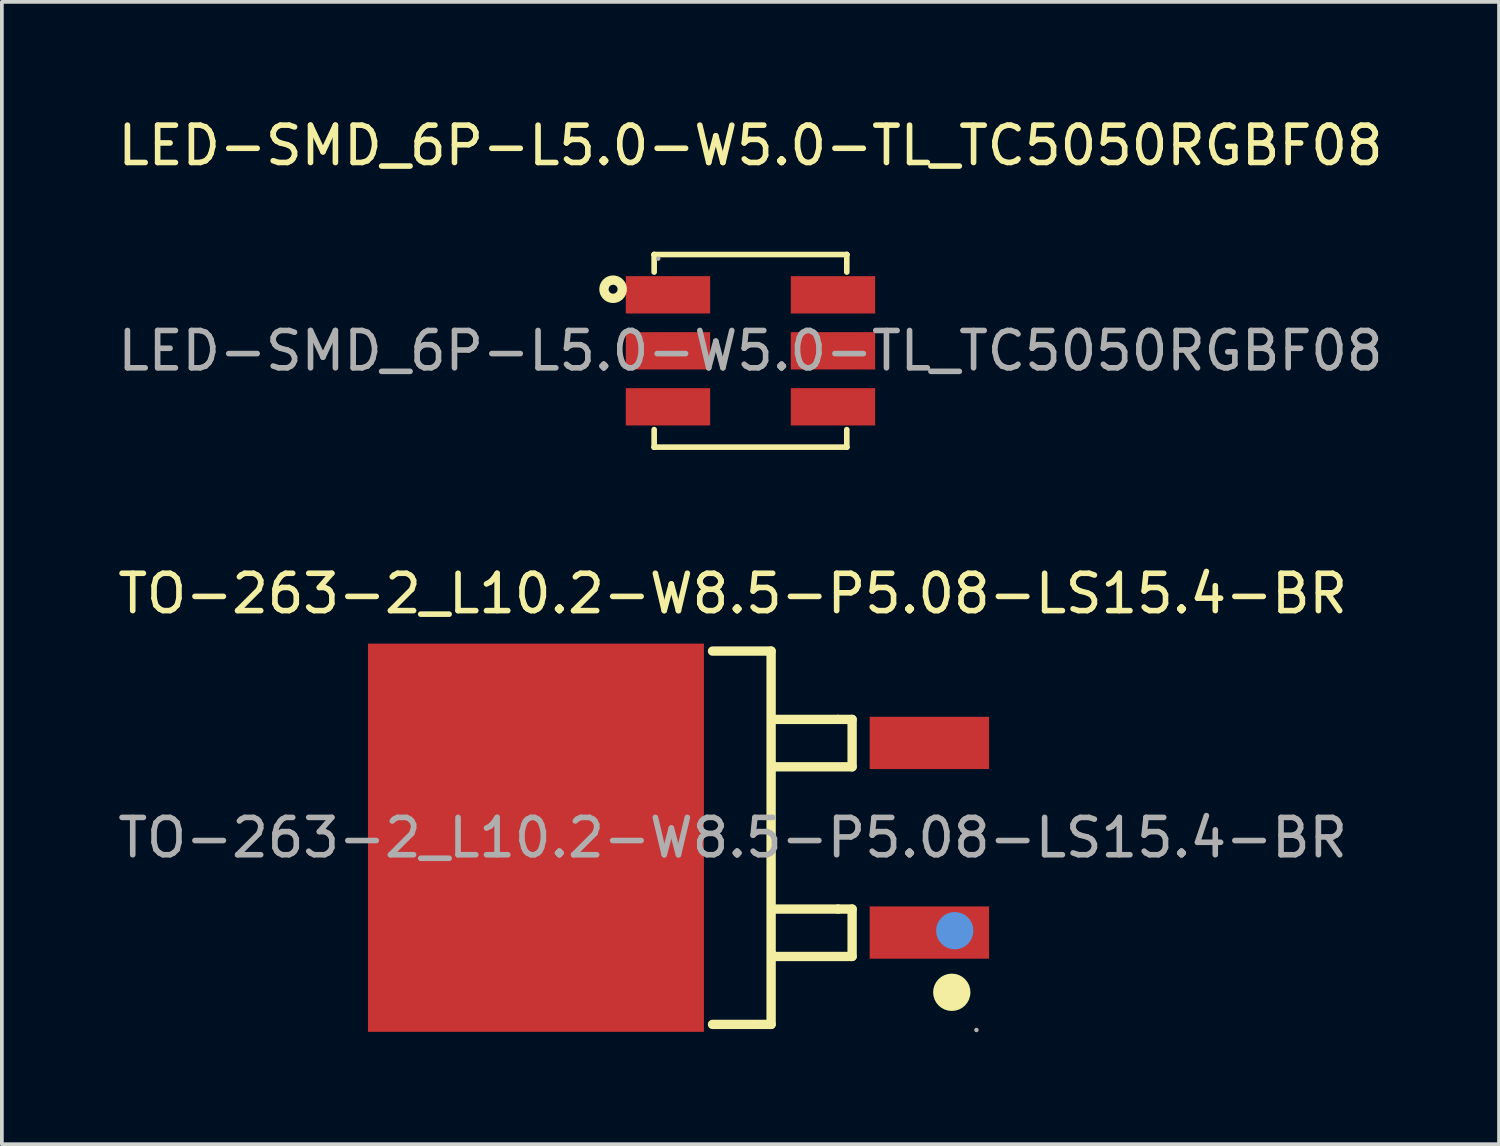
<source format=kicad_pcb>
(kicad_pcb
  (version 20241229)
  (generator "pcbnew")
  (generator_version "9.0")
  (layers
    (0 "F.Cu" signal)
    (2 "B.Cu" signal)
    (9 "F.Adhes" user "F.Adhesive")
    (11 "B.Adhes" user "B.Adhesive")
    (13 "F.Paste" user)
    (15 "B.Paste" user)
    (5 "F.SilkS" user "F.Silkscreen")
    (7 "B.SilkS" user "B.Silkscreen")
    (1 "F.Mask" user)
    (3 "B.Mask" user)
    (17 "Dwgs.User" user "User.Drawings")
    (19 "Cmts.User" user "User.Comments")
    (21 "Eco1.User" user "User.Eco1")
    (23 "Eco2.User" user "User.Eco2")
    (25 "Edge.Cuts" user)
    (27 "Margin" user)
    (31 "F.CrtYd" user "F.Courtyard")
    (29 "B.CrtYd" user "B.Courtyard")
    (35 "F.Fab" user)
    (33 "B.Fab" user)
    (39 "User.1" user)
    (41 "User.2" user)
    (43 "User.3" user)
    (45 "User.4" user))
  (footprint "LED-SMD_6P-L5.0-W5.0-TL_TC5050RGBF08"
    (layer "F.Cu")
    (at 17.054 6.348)
    (property "Reference" "LED-SMD_6P-L5.0-W5.0-TL_TC5050RGBF08" (at 0 -5.5 0) (layer "F.SilkS") (effects (font (size 1 1) (thickness 0.15))))
    (attr smd)
    (fp_line (start -2.58 -2.58) (end -2.58 -2.58) (stroke (width 0.15) (type solid)) (layer "F.SilkS"))
    (fp_line (start -2.58 -2.58) (end -2.58 -2.11) (stroke (width 0.15) (type solid)) (layer "F.SilkS"))
    (fp_line (start -2.58 2.58) (end -2.58 2.11) (stroke (width 0.15) (type solid)) (layer "F.SilkS"))
    (fp_line (start -2.58 2.58) (end -2.58 2.58) (stroke (width 0.15) (type solid)) (layer "F.SilkS"))
    (fp_line (start 2.58 -2.58) (end -2.58 -2.58) (stroke (width 0.15) (type solid)) (layer "F.SilkS"))
    (fp_line (start 2.58 -2.58) (end 2.58 -2.58) (stroke (width 0.15) (type solid)) (layer "F.SilkS"))
    (fp_line (start 2.58 -2.11) (end 2.58 -2.58) (stroke (width 0.15) (type solid)) (layer "F.SilkS"))
    (fp_line (start 2.58 2.11) (end 2.58 2.58) (stroke (width 0.15) (type solid)) (layer "F.SilkS"))
    (fp_line (start 2.58 2.58) (end -2.58 2.58) (stroke (width 0.15) (type solid)) (layer "F.SilkS"))
    (fp_line (start 2.58 2.58) (end 2.58 2.58) (stroke (width 0.15) (type solid)) (layer "F.SilkS"))
    (fp_circle (center -3.68 -1.65) (end -3.56 -1.65) (stroke (width 0.25) (type solid)) (fill no) (layer "F.SilkS"))
    (fp_circle (center -2.47 -2.47) (end -2.44 -2.47) (stroke (width 0.06) (type solid)) (fill no) (layer "F.Fab"))
    (fp_text user "${REFERENCE}" (at 0 0 0) (layer "F.Fab") (effects (font (size 1 1) (thickness 0.15))))
    (pad "1" smd rect (at -2.21 -1.5) (size 2.26 1) (layers "F.Cu" "F.Mask" "F.Paste"))
    (pad "2" smd rect (at -2.21 0) (size 2.26 1) (layers "F.Cu" "F.Mask" "F.Paste"))
    (pad "3" smd rect (at -2.21 1.5) (size 2.26 1) (layers "F.Cu" "F.Mask" "F.Paste"))
    (pad "4" smd rect (at 2.21 1.5) (size 2.26 1) (layers "F.Cu" "F.Mask" "F.Paste"))
    (pad "5" smd rect (at 2.21 0) (size 2.26 1) (layers "F.Cu" "F.Mask" "F.Paste"))
    (pad "6" smd rect (at 2.21 -1.5) (size 2.26 1) (layers "F.Cu" "F.Mask" "F.Paste")))
  (footprint "TO-263-2_L10.2-W8.5-P5.08-LS15.4-BR"
    (layer "F.Cu")
    (at 16.577 19.392)
    (property "Reference" "TO-263-2_L10.2-W8.5-P5.08-LS15.4-BR" (at 0 -6.54 0) (layer "F.SilkS") (effects (font (size 1 1) (thickness 0.15))))
    (attr through_hole)
    (fp_line (start -0.54 5) (end 1.03 5) (stroke (width 0.25) (type solid)) (layer "F.SilkS"))
    (fp_line (start 1.03 -5) (end -0.54 -5) (stroke (width 0.25) (type solid)) (layer "F.SilkS"))
    (fp_line (start 1.03 5) (end 1.03 -5) (stroke (width 0.25) (type solid)) (layer "F.SilkS"))
    (fp_line (start 1.11 -1.9) (end 1.07 -1.94) (stroke (width 0.25) (type solid)) (layer "F.SilkS"))
    (fp_line (start 1.11 3.18) (end 1.07 3.14) (stroke (width 0.25) (type solid)) (layer "F.SilkS"))
    (fp_line (start 2.82 -3.17) (end 1.07 -3.17) (stroke (width 0.25) (type solid)) (layer "F.SilkS"))
    (fp_line (start 2.82 -3.17) (end 3.2 -3.17) (stroke (width 0.25) (type solid)) (layer "F.SilkS"))
    (fp_line (start 2.82 1.91) (end 1.07 1.91) (stroke (width 0.25) (type solid)) (layer "F.SilkS"))
    (fp_line (start 2.82 1.91) (end 3.2 1.91) (stroke (width 0.25) (type solid)) (layer "F.SilkS"))
    (fp_line (start 3.2 -3.17) (end 3.2 -1.9) (stroke (width 0.25) (type solid)) (layer "F.SilkS"))
    (fp_line (start 3.2 -1.9) (end 1.11 -1.9) (stroke (width 0.25) (type solid)) (layer "F.SilkS"))
    (fp_line (start 3.2 1.91) (end 3.2 3.18) (stroke (width 0.25) (type solid)) (layer "F.SilkS"))
    (fp_line (start 3.2 3.18) (end 1.11 3.18) (stroke (width 0.25) (type solid)) (layer "F.SilkS"))
    (fp_circle (center 5.87 4.14) (end 6.12 4.14) (stroke (width 0.5) (type solid)) (fill no) (layer "F.SilkS"))
    (fp_circle (center 5.95 2.49) (end 6.2 2.49) (stroke (width 0.5) (type solid)) (fill no) (layer "Cmts.User"))
    (fp_circle (center 6.53 5.15) (end 6.56 5.15) (stroke (width 0.06) (type solid)) (fill no) (layer "F.Fab"))
    (fp_text user "${REFERENCE}" (at 0 0 0) (layer "F.Fab") (effects (font (size 1 1) (thickness 0.15))))
    (pad "1" smd rect (at 5.27 2.54 180) (size 3.2 1.4) (layers "F.Cu" "F.Mask" "F.Paste"))
    (pad "2" smd rect (at -5.27 0 180) (size 9 10.4) (layers "F.Cu" "F.Mask" "F.Paste"))
    (pad "3" smd rect (at 5.27 -2.54 180) (size 3.2 1.4) (layers "F.Cu" "F.Mask" "F.Paste")))
  (gr_rect
    (start -3 -3)
    (end 37.107 27.602)
    (stroke (width 0.1) (type default))
    (fill no)
    (layer "Edge.Cuts")))
</source>
